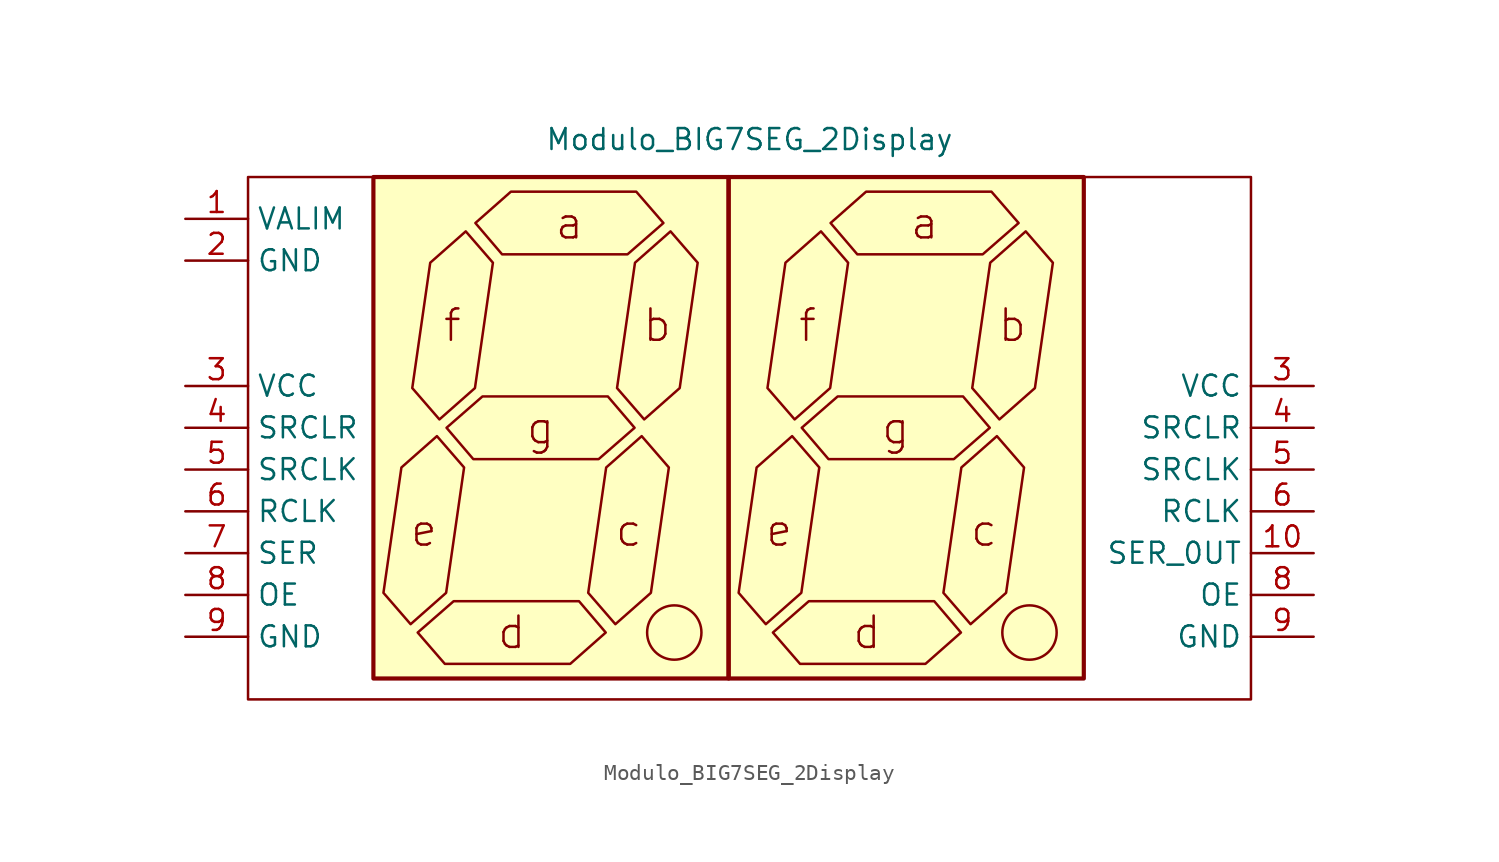
<source format=kicad_sym>
(kicad_symbol_lib
  (version 20211014)
  (generator kicad_symbol_editor)
  (symbol "Modulo_BIG7SEG_2Display"
    (property "Reference" "D?"
      (at -29.21 21.59 0)
      (effects (font (size 1.27 1.27)) (justify left) hide))
    (property "Value" "Modulo_BIG7SEG_2Display"
      (at 1.27 20.066 0)
      (effects (font (size 1.27 1.27))))
    (symbol "Modulo_BIG7SEG_2Display_0_0"
      (rectangle (start -11.43 17.78) (end -11.43 17.78) (stroke (width 0) (type default) (color 0 0 0 0)) (fill (type none)))
      (rectangle (start -11.43 17.78) (end -11.43 17.78) (stroke (width 0) (type default) (color 0 0 0 0)) (fill (type none)))
      (polyline (pts (xy -11.43 17.78) (xy -11.43 17.78)) (stroke (width 0) (type default) (color 0 0 0 0)) (fill (type none))))
    (symbol "Modulo_BIG7SEG_2Display_0_1"
      (rectangle (start -29.21 17.78) (end 31.75 -13.97) (stroke (width 0) (type default) (color 0 0 0 0)) (fill (type none)))
      (rectangle (start -21.59 17.78) (end 0 -12.7) (stroke (width 0.254) (type default) (color 0 0 0 0)) (fill (type background)))
      (circle (center -3.302 -9.906) (radius 1.651) (stroke (width 0) (type default) (color 0 0 0 0)) (fill (type none)))
      (polyline (pts (xy -19.329 -9.398) (xy -17.17 -7.493) (xy -16.078 0.127) (xy -17.729 2.032) (xy -19.888 0.127) (xy -20.98 -7.493) (xy -19.329 -9.398)) (stroke (width 0) (type default) (color 0 0 0 0)) (fill (type none)))
      (polyline (pts (xy -18.898 -9.906) (xy -16.713 -8.001) (xy -9.093 -8.001) (xy -7.468 -9.906) (xy -9.627 -11.811) (xy -17.247 -11.811) (xy -18.898 -9.906)) (stroke (width 0) (type default) (color 0 0 0 0)) (fill (type none)))
      (polyline (pts (xy -17.577 3.048) (xy -15.418 4.953) (xy -14.326 12.573) (xy -15.977 14.478) (xy -18.136 12.573) (xy -19.228 4.953) (xy -17.577 3.048)) (stroke (width 0) (type default) (color 0 0 0 0)) (fill (type none)))
      (polyline (pts (xy -17.145 2.54) (xy -14.961 4.445) (xy -7.341 4.445) (xy -5.715 2.54) (xy -7.899 0.635) (xy -15.519 0.635) (xy -17.145 2.54)) (stroke (width 0) (type default) (color 0 0 0 0)) (fill (type none)))
      (polyline (pts (xy -15.392 14.986) (xy -13.233 16.891) (xy -5.613 16.891) (xy -3.962 14.986) (xy -6.147 13.081) (xy -13.767 13.081) (xy -15.392 14.986)) (stroke (width 0) (type default) (color 0 0 0 0)) (fill (type none)))
      (polyline (pts (xy -6.883 -9.398) (xy -4.724 -7.493) (xy -3.632 0.127) (xy -5.283 2.032) (xy -7.442 0.127) (xy -8.534 -7.493) (xy -6.883 -9.398)) (stroke (width 0) (type default) (color 0 0 0 0)) (fill (type none)))
      (polyline (pts (xy -5.131 3.048) (xy -2.972 4.953) (xy -1.88 12.573) (xy -3.531 14.478) (xy -5.69 12.573) (xy -6.782 4.953) (xy -5.131 3.048)) (stroke (width 0) (type default) (color 0 0 0 0)) (fill (type none)))
      (polyline (pts (xy 2.261 -9.398) (xy 4.42 -7.493) (xy 5.512 0.127) (xy 3.861 2.032) (xy 1.702 0.127) (xy 0.61 -7.493) (xy 2.261 -9.398)) (stroke (width 0) (type default) (color 0 0 0 0)) (fill (type none)))
      (polyline (pts (xy 2.692 -9.906) (xy 4.877 -8.001) (xy 12.497 -8.001) (xy 14.122 -9.906) (xy 11.963 -11.811) (xy 4.343 -11.811) (xy 2.692 -9.906)) (stroke (width 0) (type default) (color 0 0 0 0)) (fill (type none)))
      (polyline (pts (xy 4.013 3.048) (xy 6.172 4.953) (xy 7.264 12.573) (xy 5.613 14.478) (xy 3.454 12.573) (xy 2.362 4.953) (xy 4.013 3.048)) (stroke (width 0) (type default) (color 0 0 0 0)) (fill (type none)))
      (polyline (pts (xy 4.445 2.54) (xy 6.629 4.445) (xy 14.249 4.445) (xy 15.875 2.54) (xy 13.691 0.635) (xy 6.071 0.635) (xy 4.445 2.54)) (stroke (width 0) (type default) (color 0 0 0 0)) (fill (type none)))
      (polyline (pts (xy 6.198 14.986) (xy 8.357 16.891) (xy 15.977 16.891) (xy 17.628 14.986) (xy 15.443 13.081) (xy 7.823 13.081) (xy 6.198 14.986)) (stroke (width 0) (type default) (color 0 0 0 0)) (fill (type none)))
      (polyline (pts (xy 14.707 -9.398) (xy 16.866 -7.493) (xy 17.958 0.127) (xy 16.307 2.032) (xy 14.148 0.127) (xy 13.056 -7.493) (xy 14.707 -9.398)) (stroke (width 0) (type default) (color 0 0 0 0)) (fill (type none)))
      (polyline (pts (xy 16.459 3.048) (xy 18.618 4.953) (xy 19.71 12.573) (xy 18.059 14.478) (xy 15.9 12.573) (xy 14.808 4.953) (xy 16.459 3.048)) (stroke (width 0) (type default) (color 0 0 0 0)) (fill (type none)))
      (rectangle (start 0 17.78) (end 21.59 -12.7) (stroke (width 0.254) (type default) (color 0 0 0 0)) (fill (type background)))
      (circle (center 18.288 -9.906) (radius 1.651) (stroke (width 0) (type default) (color 0 0 0 0)) (fill (type none)))
      (text "a" (at -9.677 14.986 0) (effects (font (size 1.905 1.905))))
      (text "a" (at 11.913 14.986 0) (effects (font (size 1.905 1.905))))
      (text "b" (at -4.343 8.763 0) (effects (font (size 1.905 1.905))))
      (text "b" (at 17.247 8.763 0) (effects (font (size 1.905 1.905))))
      (text "c" (at -6.071 -3.683 0) (effects (font (size 1.905 1.905))))
      (text "c" (at 15.519 -3.683 0) (effects (font (size 1.905 1.905))))
      (text "d" (at -13.183 -9.906 0) (effects (font (size 1.905 1.905))))
      (text "d" (at 8.407 -9.906 0) (effects (font (size 1.905 1.905))))
      (text "e" (at -18.517 -3.683 0) (effects (font (size 1.905 1.905))))
      (text "e" (at 3.073 -3.683 0) (effects (font (size 1.905 1.905))))
      (text "f" (at -16.789 8.763 0) (effects (font (size 1.905 1.905))))
      (text "f" (at 4.801 8.763 0) (effects (font (size 1.905 1.905))))
      (text "g" (at -11.43 2.54 0) (effects (font (size 1.905 1.905))))
      (text "g" (at 10.16 2.54 0) (effects (font (size 1.905 1.905))))
      (pin power_in line (at -33.02 15.24 0) (length 3.81) (name "VALIM" (effects (font (size 1.27 1.27)))) (number "1" (effects (font (size 1.27 1.27)))))
      (pin passive line (at 35.56 -5.08 180) (length 3.81) (name "SER_0UT" (effects (font (size 1.27 1.27)))) (number "10" (effects (font (size 1.27 1.27)))))
      (pin power_in line (at -33.02 12.7 0) (length 3.81) (name "GND" (effects (font (size 1.27 1.27)))) (number "2" (effects (font (size 1.27 1.27)))))
      (pin power_in line (at -33.02 5.08 0) (length 3.81) (name "VCC" (effects (font (size 1.27 1.27)))) (number "3" (effects (font (size 1.27 1.27)))))
      (pin power_in line (at 35.56 5.08 180) (length 3.81) (name "VCC" (effects (font (size 1.27 1.27)))) (number "3" (effects (font (size 1.27 1.27)))))
      (pin passive line (at -33.02 2.54 0) (length 3.81) (name "SRCLR" (effects (font (size 1.27 1.27)))) (number "4" (effects (font (size 1.27 1.27)))))
      (pin passive line (at 35.56 2.54 180) (length 3.81) (name "SRCLR" (effects (font (size 1.27 1.27)))) (number "4" (effects (font (size 1.27 1.27)))))
      (pin passive line (at -33.02 0 0) (length 3.81) (name "SRCLK" (effects (font (size 1.27 1.27)))) (number "5" (effects (font (size 1.27 1.27)))))
      (pin passive line (at 35.56 0 180) (length 3.81) (name "SRCLK" (effects (font (size 1.27 1.27)))) (number "5" (effects (font (size 1.27 1.27)))))
      (pin passive line (at -33.02 -2.54 0) (length 3.81) (name "RCLK" (effects (font (size 1.27 1.27)))) (number "6" (effects (font (size 1.27 1.27)))))
      (pin passive line (at 35.56 -2.54 180) (length 3.81) (name "RCLK" (effects (font (size 1.27 1.27)))) (number "6" (effects (font (size 1.27 1.27)))))
      (pin passive line (at -33.02 -5.08 0) (length 3.81) (name "SER" (effects (font (size 1.27 1.27)))) (number "7" (effects (font (size 1.27 1.27)))))
      (pin passive line (at -33.02 -7.62 0) (length 3.81) (name "OE" (effects (font (size 1.27 1.27)))) (number "8" (effects (font (size 1.27 1.27)))))
      (pin passive line (at 35.56 -7.62 180) (length 3.81) (name "OE" (effects (font (size 1.27 1.27)))) (number "8" (effects (font (size 1.27 1.27)))))
      (pin power_in line (at -33.02 -10.16 0) (length 3.81) (name "GND" (effects (font (size 1.27 1.27)))) (number "9" (effects (font (size 1.27 1.27)))))
      (pin power_in line (at 35.56 -10.16 180) (length 3.81) (name "GND" (effects (font (size 1.27 1.27)))) (number "9" (effects (font (size 1.27 1.27))))))))
</source>
